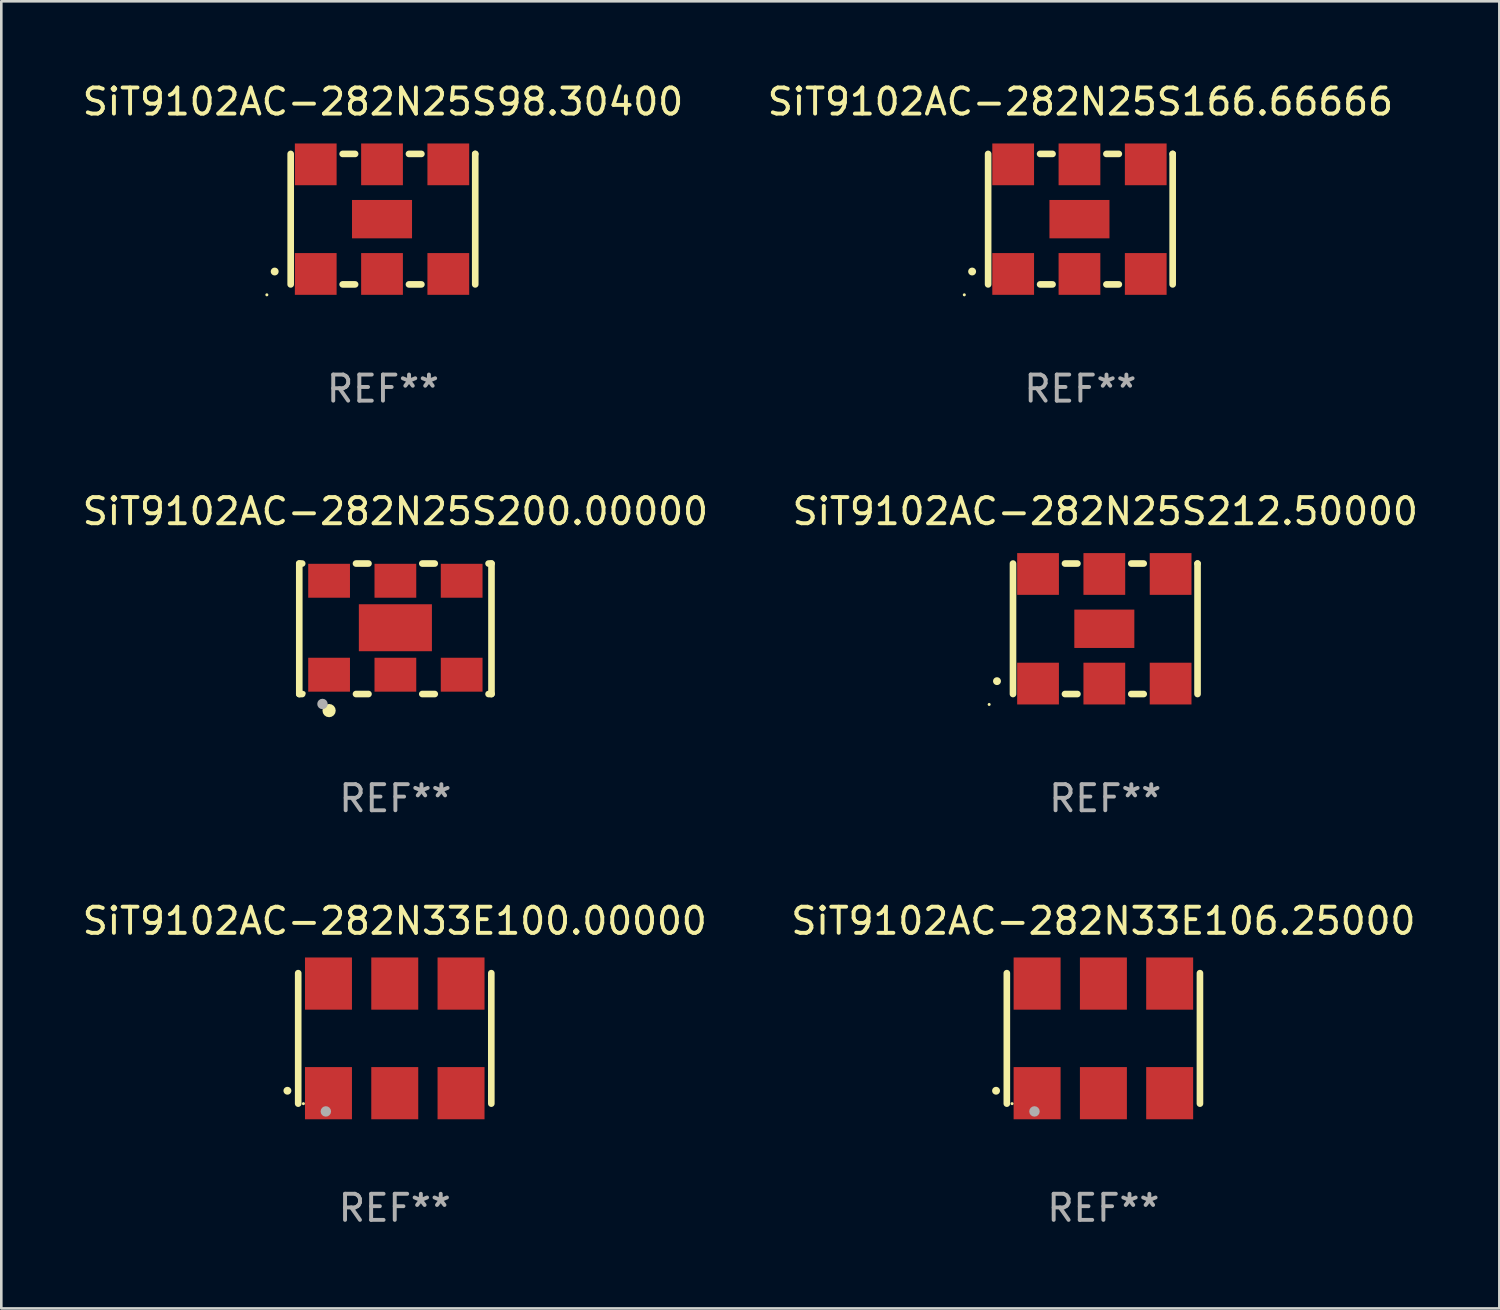
<source format=kicad_pcb>
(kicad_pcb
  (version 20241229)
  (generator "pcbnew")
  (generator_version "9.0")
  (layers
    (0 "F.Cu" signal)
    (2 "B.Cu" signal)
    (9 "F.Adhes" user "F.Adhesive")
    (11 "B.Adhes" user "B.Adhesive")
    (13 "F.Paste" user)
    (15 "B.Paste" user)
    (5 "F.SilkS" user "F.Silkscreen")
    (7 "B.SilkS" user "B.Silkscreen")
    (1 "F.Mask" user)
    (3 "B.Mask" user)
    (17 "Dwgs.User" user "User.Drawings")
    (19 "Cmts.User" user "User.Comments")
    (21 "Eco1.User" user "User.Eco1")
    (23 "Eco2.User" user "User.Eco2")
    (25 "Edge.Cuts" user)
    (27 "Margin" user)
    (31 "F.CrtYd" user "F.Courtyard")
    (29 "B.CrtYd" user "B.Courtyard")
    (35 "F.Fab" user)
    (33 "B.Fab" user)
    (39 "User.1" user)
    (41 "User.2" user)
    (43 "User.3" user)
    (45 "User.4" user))
  (footprint "SiT9102AC-282N25S200.00000"
    (layer "F.Cu")
    (at 12.101 21.045)
    (property "Reference" "SiT9102AC-282N25S200.00000" (at 0 -4.5 0) (layer "F.SilkS") (effects (font (size 1 1) (thickness 0.15))))
    (attr through_hole)
    (fp_line (start -3.683 -2.5) (end -3.571 -2.5) (stroke (width 0.254) (type solid)) (layer "F.SilkS"))
    (fp_line (start -3.683 2.5) (end -3.683 -2.5) (stroke (width 0.254) (type solid)) (layer "F.SilkS"))
    (fp_line (start -3.683 2.5) (end -3.571 2.5) (stroke (width 0.254) (type solid)) (layer "F.SilkS"))
    (fp_line (start -1.509 -2.5) (end -1.031 -2.5) (stroke (width 0.254) (type solid)) (layer "F.SilkS"))
    (fp_line (start -1.509 2.5) (end -1.031 2.5) (stroke (width 0.254) (type solid)) (layer "F.SilkS"))
    (fp_line (start 1.031 -2.5) (end 1.509 -2.5) (stroke (width 0.254) (type solid)) (layer "F.SilkS"))
    (fp_line (start 1.031 2.5) (end 1.509 2.5) (stroke (width 0.254) (type solid)) (layer "F.SilkS"))
    (fp_line (start 3.571 -2.5) (end 3.683 -2.5) (stroke (width 0.254) (type solid)) (layer "F.SilkS"))
    (fp_line (start 3.571 2.5) (end 3.683 2.5) (stroke (width 0.254) (type solid)) (layer "F.SilkS"))
    (fp_line (start 3.683 2.5) (end 3.683 -2.5) (stroke (width 0.254) (type solid)) (layer "F.SilkS"))
    (fp_circle (center -3.5 2.46) (end -3.47 2.46) (stroke (width 0.06) (type solid)) (fill no) (layer "F.SilkS"))
    (fp_circle (center -2.54 3.135) (end -2.413 3.135) (stroke (width 0.254) (type solid)) (fill no) (layer "F.SilkS"))
    (fp_circle (center -2.794 2.881) (end -2.694 2.881) (stroke (width 0.2) (type solid)) (fill no) (layer "F.Fab"))
    (fp_text user "REF**" (at 0 6.5 0) (layer "F.Fab") (effects (font (size 1 1) (thickness 0.15))))
    (pad "1" smd rect (at -2.54 1.76) (size 1.6 1.3) (layers "F.Cu" "F.Mask" "F.Paste"))
    (pad "2" smd rect (at 0 1.76) (size 1.6 1.3) (layers "F.Cu" "F.Mask" "F.Paste"))
    (pad "3" smd rect (at 2.54 1.76) (size 1.6 1.3) (layers "F.Cu" "F.Mask" "F.Paste"))
    (pad "4" smd rect (at 2.54 -1.84) (size 1.6 1.3) (layers "F.Cu" "F.Mask" "F.Paste"))
    (pad "5" smd rect (at 0 -1.84) (size 1.6 1.3) (layers "F.Cu" "F.Mask" "F.Paste"))
    (pad "6" smd rect (at -2.54 -1.84) (size 1.6 1.3) (layers "F.Cu" "F.Mask" "F.Paste"))
    (pad "7" smd rect (at 0 -0.04) (size 2.8 1.8) (layers "F.Cu" "F.Mask" "F.Paste")))
  (footprint "SiT9102AC-282N33E106.25000"
    (layer "F.Cu")
    (at 39.232 36.741)
    (property "Reference" "SiT9102AC-282N33E106.25000" (at 0 -4.5 0) (layer "F.SilkS") (effects (font (size 1 1) (thickness 0.15))))
    (attr through_hole)
    (fp_line (start -3.7 -2.5) (end -3.7 2.5) (stroke (width 0.254) (type solid)) (layer "F.SilkS"))
    (fp_line (start 3.7 -2.5) (end 3.7 2.5) (stroke (width 0.254) (type solid)) (layer "F.SilkS"))
    (fp_arc (start -4.114415 2.006604) (mid -4.113145 2.006599) (end -4.111875 2.006604) (stroke (width 0.3) (type solid)) (layer "F.SilkS"))
    (fp_circle (center -3.5 2.501) (end -3.47 2.501) (stroke (width 0.06) (type solid)) (fill no) (layer "F.SilkS"))
    (fp_circle (center -2.641 2.799) (end -2.541 2.799) (stroke (width 0.2) (type solid)) (fill no) (layer "F.Fab"))
    (fp_text user "REF**" (at 0 6.5 0) (layer "F.Fab") (effects (font (size 1 1) (thickness 0.15))))
    (pad "1" smd rect (at -2.54 2.1) (size 1.8 2) (layers "F.Cu" "F.Mask" "F.Paste"))
    (pad "2" smd rect (at 0.000394 2.1) (size 1.8 2) (layers "F.Cu" "F.Mask" "F.Paste"))
    (pad "3" smd rect (at 2.54 2.1) (size 1.8 2) (layers "F.Cu" "F.Mask" "F.Paste"))
    (pad "4" smd rect (at 2.54 -2.1) (size 1.8 2) (layers "F.Cu" "F.Mask" "F.Paste"))
    (pad "5" smd rect (at 0.000394 -2.1) (size 1.8 2) (layers "F.Cu" "F.Mask" "F.Paste"))
    (pad "6" smd rect (at -2.54 -2.1) (size 1.8 2) (layers "F.Cu" "F.Mask" "F.Paste")))
  (footprint "SiT9102AC-282N25S98.30400"
    (layer "F.Cu")
    (at 11.625 5.348)
    (property "Reference" "SiT9102AC-282N25S98.30400" (at 0 -4.5 0) (layer "F.SilkS") (effects (font (size 1 1) (thickness 0.15))))
    (attr through_hole)
    (fp_line (start -3.536 -2.5) (end -3.536 2.5) (stroke (width 0.254) (type solid)) (layer "F.SilkS"))
    (fp_line (start -1.544 2.5) (end -1.067 2.5) (stroke (width 0.254) (type solid)) (layer "F.SilkS"))
    (fp_line (start -1.067 -2.5) (end -1.544 -2.5) (stroke (width 0.254) (type solid)) (layer "F.SilkS"))
    (fp_line (start 0.996 2.5) (end 1.473 2.5) (stroke (width 0.254) (type solid)) (layer "F.SilkS"))
    (fp_line (start 1.473 -2.5) (end 0.996 -2.5) (stroke (width 0.254) (type solid)) (layer "F.SilkS"))
    (fp_line (start 3.536 -2.5) (end 3.536 -2.5) (stroke (width 0.254) (type solid)) (layer "F.SilkS"))
    (fp_line (start 3.536 2.5) (end 3.536 -2.5) (stroke (width 0.254) (type solid)) (layer "F.SilkS"))
    (fp_arc (start -4.150432 2.006604) (mid -4.149162 2.006599) (end -4.147892 2.006604) (stroke (width 0.3) (type solid)) (layer "F.SilkS"))
    (fp_circle (center -4.449 2.9) (end -4.419 2.9) (stroke (width 0.06) (type solid)) (fill no) (layer "F.SilkS"))
    (fp_text user "REF**" (at 0 6.5 0) (layer "F.Fab") (effects (font (size 1 1) (thickness 0.15))))
    (pad "1" smd rect (at -2.576 2.1) (size 1.6 1.6) (layers "F.Cu" "F.Mask" "F.Paste"))
    (pad "2" smd rect (at -0.036 2.1) (size 1.6 1.6) (layers "F.Cu" "F.Mask" "F.Paste"))
    (pad "3" smd rect (at 2.504 2.1) (size 1.6 1.6) (layers "F.Cu" "F.Mask" "F.Paste"))
    (pad "4" smd rect (at 2.504 -2.1) (size 1.6 1.6) (layers "F.Cu" "F.Mask" "F.Paste"))
    (pad "5" smd rect (at -0.036 -2.1) (size 1.6 1.6) (layers "F.Cu" "F.Mask" "F.Paste"))
    (pad "6" smd rect (at -2.576 -2.1) (size 1.6 1.6) (layers "F.Cu" "F.Mask" "F.Paste"))
    (pad "7" smd rect (at -0.036 0) (size 2.3 1.47) (layers "F.Cu" "F.Mask" "F.Paste")))
  (footprint "SiT9102AC-282N25S166.66666"
    (layer "F.Cu")
    (at 38.351 5.348)
    (property "Reference" "SiT9102AC-282N25S166.66666" (at 0 -4.5 0) (layer "F.SilkS") (effects (font (size 1 1) (thickness 0.15))))
    (attr through_hole)
    (fp_line (start -3.536 -2.5) (end -3.536 2.5) (stroke (width 0.254) (type solid)) (layer "F.SilkS"))
    (fp_line (start -1.544 2.5) (end -1.067 2.5) (stroke (width 0.254) (type solid)) (layer "F.SilkS"))
    (fp_line (start -1.067 -2.5) (end -1.544 -2.5) (stroke (width 0.254) (type solid)) (layer "F.SilkS"))
    (fp_line (start 0.996 2.5) (end 1.473 2.5) (stroke (width 0.254) (type solid)) (layer "F.SilkS"))
    (fp_line (start 1.473 -2.5) (end 0.996 -2.5) (stroke (width 0.254) (type solid)) (layer "F.SilkS"))
    (fp_line (start 3.536 -2.5) (end 3.536 -2.5) (stroke (width 0.254) (type solid)) (layer "F.SilkS"))
    (fp_line (start 3.536 2.5) (end 3.536 -2.5) (stroke (width 0.254) (type solid)) (layer "F.SilkS"))
    (fp_arc (start -4.150432 2.006604) (mid -4.149162 2.006599) (end -4.147892 2.006604) (stroke (width 0.3) (type solid)) (layer "F.SilkS"))
    (fp_circle (center -4.449 2.9) (end -4.419 2.9) (stroke (width 0.06) (type solid)) (fill no) (layer "F.SilkS"))
    (fp_text user "REF**" (at 0 6.5 0) (layer "F.Fab") (effects (font (size 1 1) (thickness 0.15))))
    (pad "1" smd rect (at -2.576 2.1) (size 1.6 1.6) (layers "F.Cu" "F.Mask" "F.Paste"))
    (pad "2" smd rect (at -0.036 2.1) (size 1.6 1.6) (layers "F.Cu" "F.Mask" "F.Paste"))
    (pad "3" smd rect (at 2.504 2.1) (size 1.6 1.6) (layers "F.Cu" "F.Mask" "F.Paste"))
    (pad "4" smd rect (at 2.504 -2.1) (size 1.6 1.6) (layers "F.Cu" "F.Mask" "F.Paste"))
    (pad "5" smd rect (at -0.036 -2.1) (size 1.6 1.6) (layers "F.Cu" "F.Mask" "F.Paste"))
    (pad "6" smd rect (at -2.576 -2.1) (size 1.6 1.6) (layers "F.Cu" "F.Mask" "F.Paste"))
    (pad "7" smd rect (at -0.036 0) (size 2.3 1.47) (layers "F.Cu" "F.Mask" "F.Paste")))
  (footprint "SiT9102AC-282N33E100.00000"
    (layer "F.Cu")
    (at 12.077 36.741)
    (property "Reference" "SiT9102AC-282N33E100.00000" (at 0 -4.5 0) (layer "F.SilkS") (effects (font (size 1 1) (thickness 0.15))))
    (attr through_hole)
    (fp_line (start -3.7 -2.5) (end -3.7 2.5) (stroke (width 0.254) (type solid)) (layer "F.SilkS"))
    (fp_line (start 3.7 -2.5) (end 3.7 2.5) (stroke (width 0.254) (type solid)) (layer "F.SilkS"))
    (fp_arc (start -4.114415 2.006604) (mid -4.113145 2.006599) (end -4.111875 2.006604) (stroke (width 0.3) (type solid)) (layer "F.SilkS"))
    (fp_circle (center -3.5 2.501) (end -3.47 2.501) (stroke (width 0.06) (type solid)) (fill no) (layer "F.SilkS"))
    (fp_circle (center -2.641 2.799) (end -2.541 2.799) (stroke (width 0.2) (type solid)) (fill no) (layer "F.Fab"))
    (fp_text user "REF**" (at 0 6.5 0) (layer "F.Fab") (effects (font (size 1 1) (thickness 0.15))))
    (pad "1" smd rect (at -2.54 2.1) (size 1.8 2) (layers "F.Cu" "F.Mask" "F.Paste"))
    (pad "2" smd rect (at 0.000394 2.1) (size 1.8 2) (layers "F.Cu" "F.Mask" "F.Paste"))
    (pad "3" smd rect (at 2.54 2.1) (size 1.8 2) (layers "F.Cu" "F.Mask" "F.Paste"))
    (pad "4" smd rect (at 2.54 -2.1) (size 1.8 2) (layers "F.Cu" "F.Mask" "F.Paste"))
    (pad "5" smd rect (at 0.000394 -2.1) (size 1.8 2) (layers "F.Cu" "F.Mask" "F.Paste"))
    (pad "6" smd rect (at -2.54 -2.1) (size 1.8 2) (layers "F.Cu" "F.Mask" "F.Paste")))
  (footprint "SiT9102AC-282N25S212.50000"
    (layer "F.Cu")
    (at 39.304 21.045)
    (property "Reference" "SiT9102AC-282N25S212.50000" (at 0 -4.5 0) (layer "F.SilkS") (effects (font (size 1 1) (thickness 0.15))))
    (attr through_hole)
    (fp_line (start -3.536 -2.5) (end -3.536 2.5) (stroke (width 0.254) (type solid)) (layer "F.SilkS"))
    (fp_line (start -1.544 2.5) (end -1.067 2.5) (stroke (width 0.254) (type solid)) (layer "F.SilkS"))
    (fp_line (start -1.067 -2.5) (end -1.544 -2.5) (stroke (width 0.254) (type solid)) (layer "F.SilkS"))
    (fp_line (start 0.996 2.5) (end 1.473 2.5) (stroke (width 0.254) (type solid)) (layer "F.SilkS"))
    (fp_line (start 1.473 -2.5) (end 0.996 -2.5) (stroke (width 0.254) (type solid)) (layer "F.SilkS"))
    (fp_line (start 3.536 -2.5) (end 3.536 -2.5) (stroke (width 0.254) (type solid)) (layer "F.SilkS"))
    (fp_line (start 3.536 2.5) (end 3.536 -2.5) (stroke (width 0.254) (type solid)) (layer "F.SilkS"))
    (fp_arc (start -4.150432 2.006604) (mid -4.149162 2.006599) (end -4.147892 2.006604) (stroke (width 0.3) (type solid)) (layer "F.SilkS"))
    (fp_circle (center -4.449 2.9) (end -4.419 2.9) (stroke (width 0.06) (type solid)) (fill no) (layer "F.SilkS"))
    (fp_text user "REF**" (at 0 6.5 0) (layer "F.Fab") (effects (font (size 1 1) (thickness 0.15))))
    (pad "1" smd rect (at -2.576 2.1) (size 1.6 1.6) (layers "F.Cu" "F.Mask" "F.Paste"))
    (pad "2" smd rect (at -0.036 2.1) (size 1.6 1.6) (layers "F.Cu" "F.Mask" "F.Paste"))
    (pad "3" smd rect (at 2.504 2.1) (size 1.6 1.6) (layers "F.Cu" "F.Mask" "F.Paste"))
    (pad "4" smd rect (at 2.504 -2.1) (size 1.6 1.6) (layers "F.Cu" "F.Mask" "F.Paste"))
    (pad "5" smd rect (at -0.036 -2.1) (size 1.6 1.6) (layers "F.Cu" "F.Mask" "F.Paste"))
    (pad "6" smd rect (at -2.576 -2.1) (size 1.6 1.6) (layers "F.Cu" "F.Mask" "F.Paste"))
    (pad "7" smd rect (at -0.036 0) (size 2.3 1.47) (layers "F.Cu" "F.Mask" "F.Paste")))
  (gr_rect
    (start -3 -3)
    (end 54.405 47.09)
    (stroke (width 0.1) (type default))
    (fill no)
    (layer "Edge.Cuts")))
</source>
